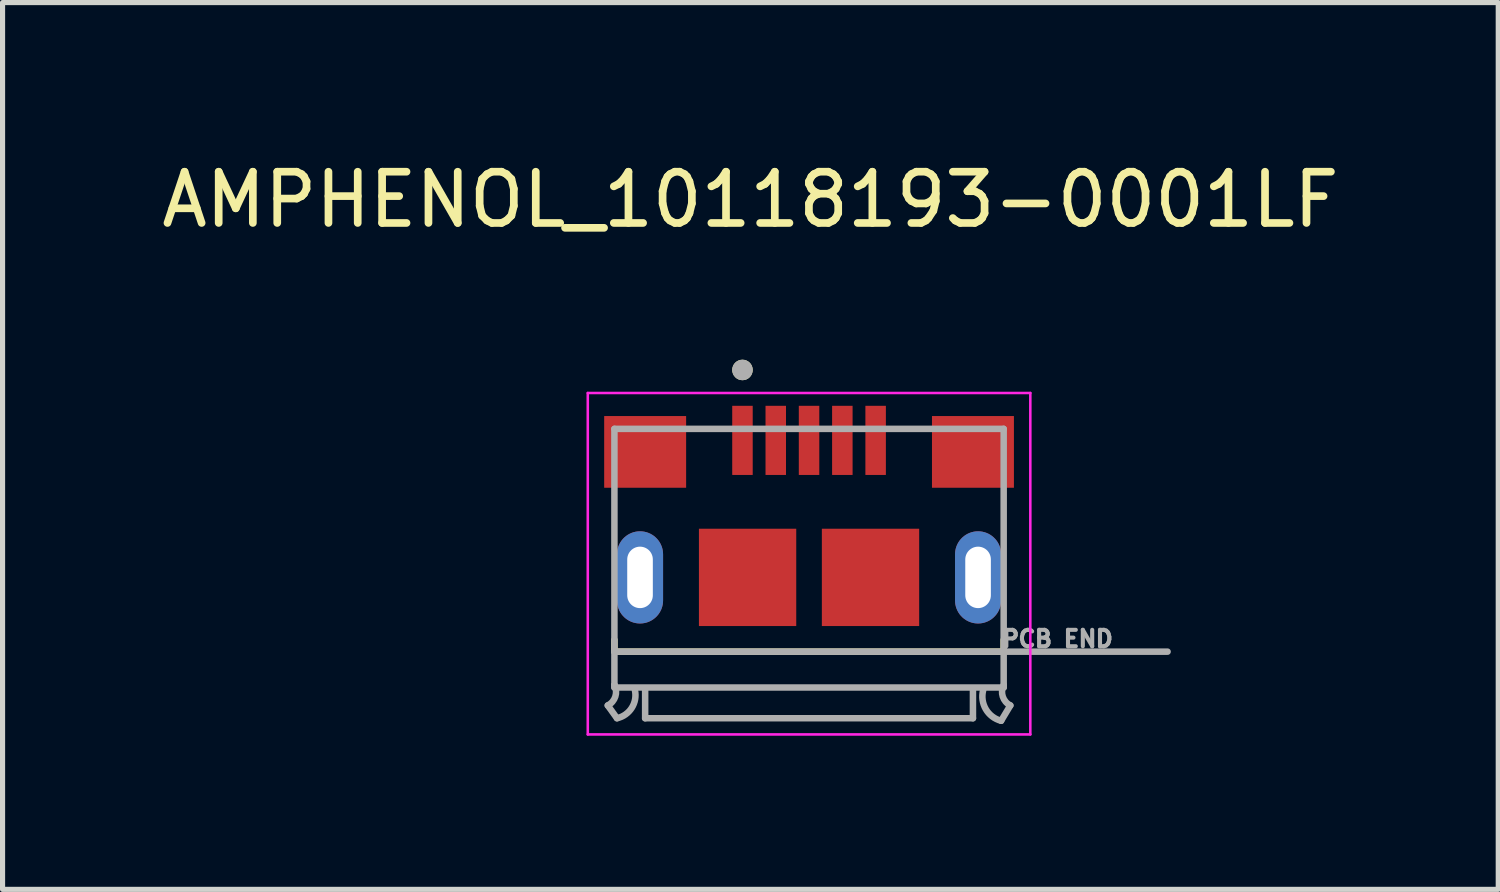
<source format=kicad_pcb>
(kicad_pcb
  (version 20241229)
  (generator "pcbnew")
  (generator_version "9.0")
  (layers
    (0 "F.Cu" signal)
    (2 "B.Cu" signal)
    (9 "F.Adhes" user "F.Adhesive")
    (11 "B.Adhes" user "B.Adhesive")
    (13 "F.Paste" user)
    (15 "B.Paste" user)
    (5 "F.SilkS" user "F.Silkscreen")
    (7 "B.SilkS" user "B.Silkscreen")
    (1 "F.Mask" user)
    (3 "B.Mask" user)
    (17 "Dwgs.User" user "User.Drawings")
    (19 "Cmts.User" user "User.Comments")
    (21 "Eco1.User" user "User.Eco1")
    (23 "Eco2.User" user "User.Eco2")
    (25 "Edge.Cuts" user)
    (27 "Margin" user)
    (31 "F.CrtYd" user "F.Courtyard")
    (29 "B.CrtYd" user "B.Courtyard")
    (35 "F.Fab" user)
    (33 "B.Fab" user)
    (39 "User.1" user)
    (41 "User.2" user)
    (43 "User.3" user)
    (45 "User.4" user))
  (footprint "AMPHENOL_10118193-0001LF"
    (layer "F.Cu")
    (at 12.746 8.223)
    (property "Reference" "AMPHENOL_10118193-0001LF" (at -1.145 -7.375 0) (layer "F.SilkS") (effects (font (size 1 1) (thickness 0.15))))
    (attr smd)
    (fp_line (start -3.8 1.45) (end -3.8 1.22) (stroke (width 0.127) (type solid)) (layer "F.SilkS"))
    (fp_line (start -3.8 1.45) (end 3.8 1.45) (stroke (width 0.127) (type solid)) (layer "F.SilkS"))
    (fp_line (start 3.8 1.45) (end 3.8 1.22) (stroke (width 0.127) (type solid)) (layer "F.SilkS"))
    (fp_circle (center -1.3 -4.05) (end -1.2 -4.05) (stroke (width 0.2) (type solid)) (fill no) (layer "F.SilkS"))
    (fp_line (start -4.32 -3.6) (end -4.32 3.066) (stroke (width 0.05) (type solid)) (layer "F.CrtYd"))
    (fp_line (start -4.32 3.066) (end 4.32 3.066) (stroke (width 0.05) (type solid)) (layer "F.CrtYd"))
    (fp_line (start 4.32 -3.6) (end -4.32 -3.6) (stroke (width 0.05) (type solid)) (layer "F.CrtYd"))
    (fp_line (start 4.32 3.066) (end 4.32 -3.6) (stroke (width 0.05) (type solid)) (layer "F.CrtYd"))
    (fp_line (start -3.93 2.5) (end -3.75 2.75) (stroke (width 0.127) (type solid)) (layer "F.Fab"))
    (fp_line (start -3.8 -2.9) (end 3.8 -2.9) (stroke (width 0.127) (type solid)) (layer "F.Fab"))
    (fp_line (start -3.8 1.45) (end 3.8 1.45) (stroke (width 0.127) (type solid)) (layer "F.Fab"))
    (fp_line (start -3.8 2.1) (end -3.8 -2.9) (stroke (width 0.127) (type solid)) (layer "F.Fab"))
    (fp_line (start -3.8 2.15) (end -3.8 2.1) (stroke (width 0.127) (type solid)) (layer "F.Fab"))
    (fp_line (start -3.2 2.2) (end -3.2 2.75) (stroke (width 0.127) (type solid)) (layer "F.Fab"))
    (fp_line (start -3.2 2.75) (end 3.2 2.75) (stroke (width 0.127) (type solid)) (layer "F.Fab"))
    (fp_line (start 3.2 2.75) (end 3.2 2.2) (stroke (width 0.127) (type solid)) (layer "F.Fab"))
    (fp_line (start 3.8 -2.9) (end 3.8 1.45) (stroke (width 0.127) (type solid)) (layer "F.Fab"))
    (fp_line (start 3.8 1.45) (end 3.8 2.15) (stroke (width 0.127) (type solid)) (layer "F.Fab"))
    (fp_line (start 3.8 1.45) (end 7 1.45) (stroke (width 0.127) (type solid)) (layer "F.Fab"))
    (fp_line (start 3.8 2.15) (end -3.8 2.15) (stroke (width 0.127) (type solid)) (layer "F.Fab"))
    (fp_line (start 3.93 2.5) (end 3.75 2.8) (stroke (width 0.127) (type solid)) (layer "F.Fab"))
    (fp_arc (start -3.8 2.1) (mid -3.782157 2.326924) (end -3.93 2.5) (stroke (width 0.127) (type solid)) (layer "F.Fab"))
    (fp_arc (start -3.4 2.2) (mid -3.461091 2.547487) (end -3.75 2.75) (stroke (width 0.127) (type solid)) (layer "F.Fab"))
    (fp_arc (start 3.75 2.8) (mid 3.450736 2.572487) (end 3.4 2.2) (stroke (width 0.127) (type solid)) (layer "F.Fab"))
    (fp_arc (start 3.93 2.5) (mid 3.782157 2.326924) (end 3.8 2.1) (stroke (width 0.127) (type solid)) (layer "F.Fab"))
    (fp_circle (center -1.3 -4.05) (end -1.2 -4.05) (stroke (width 0.2) (type solid)) (fill no) (layer "F.Fab"))
    (fp_text user "PCB END" (at 4.85 1.2 0) (layer "F.Fab") (effects (font (size 0.32 0.32) (thickness 0.15))))
    (pad "1" smd rect (at -1.3 -2.675) (size 0.4 1.35) (layers "F.Cu" "F.Mask" "F.Paste"))
    (pad "2" smd rect (at -0.65 -2.675) (size 0.4 1.35) (layers "F.Cu" "F.Mask" "F.Paste"))
    (pad "3" smd rect (at 0 -2.675) (size 0.4 1.35) (layers "F.Cu" "F.Mask" "F.Paste"))
    (pad "4" smd rect (at 0.65 -2.675) (size 0.4 1.35) (layers "F.Cu" "F.Mask" "F.Paste"))
    (pad "5" smd rect (at 1.3 -2.675) (size 0.4 1.35) (layers "F.Cu" "F.Mask" "F.Paste"))
    (pad "6" thru_hole oval (at -3.3 0) (size 0.9 1.8) (drill oval 0.5 1.2) (layers "*.Cu" "*.Mask"))
    (pad "6" smd rect (at -3.2 -2.45) (size 1.6 1.4) (layers "F.Cu" "F.Mask" "F.Paste"))
    (pad "6" smd rect (at -1.2 0) (size 1.9 1.9) (layers "F.Cu" "F.Mask" "F.Paste"))
    (pad "6" smd rect (at 1.2 0) (size 1.9 1.9) (layers "F.Cu" "F.Mask" "F.Paste"))
    (pad "6" smd rect (at 3.2 -2.45) (size 1.6 1.4) (layers "F.Cu" "F.Mask" "F.Paste"))
    (pad "6" thru_hole oval (at 3.3 0) (size 0.9 1.8) (drill oval 0.5 1.2) (layers "*.Cu" "*.Mask")))
  (gr_rect
    (start -3 -3)
    (end 26.202 14.314)
    (stroke (width 0.1) (type default))
    (fill no)
    (layer "Edge.Cuts")))
</source>
